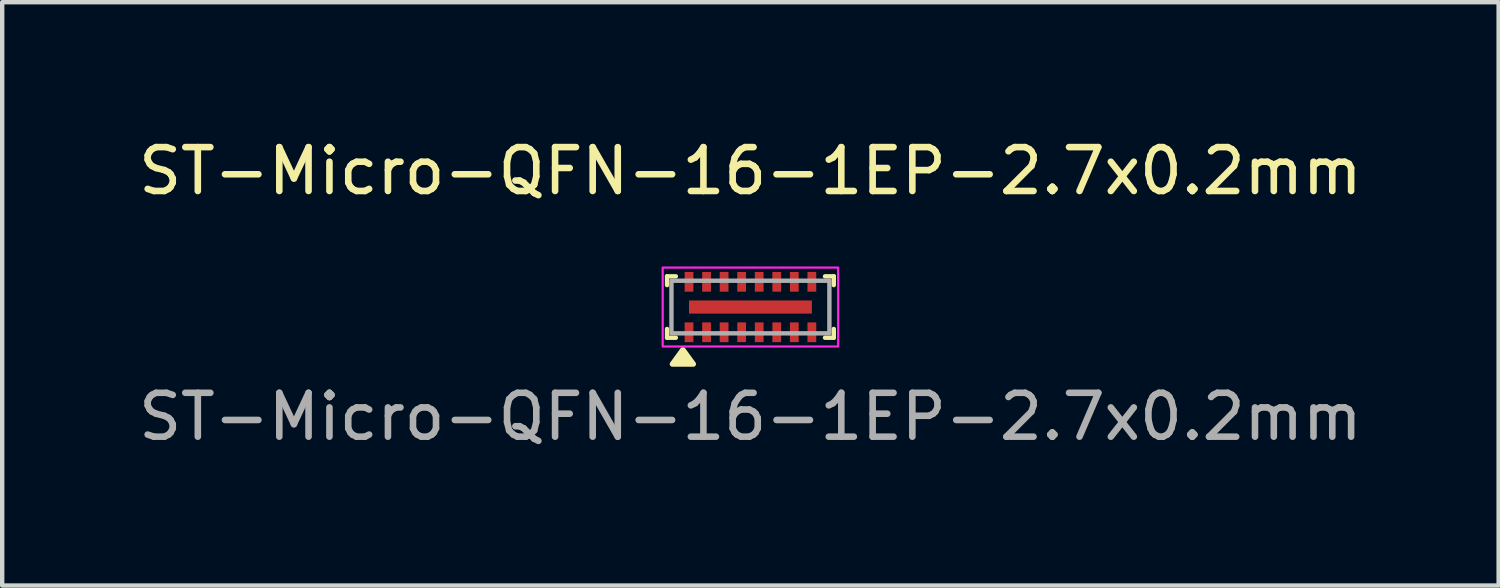
<source format=kicad_pcb>
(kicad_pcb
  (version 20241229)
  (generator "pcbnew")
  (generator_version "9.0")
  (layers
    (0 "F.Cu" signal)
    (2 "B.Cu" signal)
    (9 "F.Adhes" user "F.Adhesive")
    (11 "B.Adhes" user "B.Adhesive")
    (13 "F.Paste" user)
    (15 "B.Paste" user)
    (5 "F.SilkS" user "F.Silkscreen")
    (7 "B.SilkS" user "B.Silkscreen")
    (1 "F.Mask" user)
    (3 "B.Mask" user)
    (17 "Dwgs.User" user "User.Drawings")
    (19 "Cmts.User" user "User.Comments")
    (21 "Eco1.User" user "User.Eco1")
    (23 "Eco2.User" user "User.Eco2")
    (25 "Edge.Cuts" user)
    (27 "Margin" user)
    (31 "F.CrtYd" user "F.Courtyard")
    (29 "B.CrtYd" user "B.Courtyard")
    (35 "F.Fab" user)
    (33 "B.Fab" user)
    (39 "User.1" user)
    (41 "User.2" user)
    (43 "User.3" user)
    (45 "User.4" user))
  (footprint "ST-Micro-QFN-16-1EP-2.7x0.2mm"
    (layer "F.Cu")
    (at 14.054 3.948)
    (property "Reference" "ST-Micro-QFN-16-1EP-2.7x0.2mm" (at 0 -3.1 0) (unlocked yes) (layer "F.SilkS") (effects (font (size 1 1) (thickness 0.15))))
    (attr smd)
    (fp_line (start -1.9 -0.7) (end -1.7 -0.7) (stroke (width 0.1) (type default)) (layer "F.SilkS"))
    (fp_line (start -1.9 -0.5) (end -1.9 -0.7) (stroke (width 0.1) (type default)) (layer "F.SilkS"))
    (fp_line (start -1.9 0.7) (end -1.9 0.5) (stroke (width 0.1) (type default)) (layer "F.SilkS"))
    (fp_line (start -1.7 0.7) (end -1.9 0.7) (stroke (width 0.1) (type default)) (layer "F.SilkS"))
    (fp_line (start 1.7 -0.7) (end 1.9 -0.7) (stroke (width 0.1) (type default)) (layer "F.SilkS"))
    (fp_line (start 1.9 -0.7) (end 1.9 -0.5) (stroke (width 0.1) (type default)) (layer "F.SilkS"))
    (fp_line (start 1.9 0.5) (end 1.9 0.7) (stroke (width 0.1) (type default)) (layer "F.SilkS"))
    (fp_line (start 1.9 0.7) (end 1.7 0.7) (stroke (width 0.1) (type default)) (layer "F.SilkS"))
    (fp_poly (pts (xy -1.54 0.97) (xy -1.3 1.3) (xy -1.78 1.3) (xy -1.54 0.97)) (stroke (width 0.12) (type solid)) (fill yes) (layer "F.SilkS"))
    (fp_rect (start -1.05 -0.1) (end 1.05 0.1) (stroke (width 0.01) (type solid)) (fill yes) (layer "F.Paste"))
    (fp_rect (start -2 -0.9) (end 2 0.9) (stroke (width 0.05) (type default)) (fill no) (layer "F.CrtYd"))
    (fp_rect (start -1.8 -0.6) (end 1.8 0.6) (stroke (width 0.1) (type default)) (fill no) (layer "F.Fab"))
    (fp_text user "${REFERENCE}" (at 0 2.5 0) (unlocked yes) (layer "F.Fab") (effects (font (size 1 1) (thickness 0.15))))
    (pad "1" smd rect (at -1.4 0.575) (size 0.2 0.45) (layers "F.Cu" "F.Mask" "F.Paste"))
    (pad "2" smd rect (at -1 0.575) (size 0.2 0.45) (layers "F.Cu" "F.Mask" "F.Paste"))
    (pad "3" smd rect (at -0.6 0.575) (size 0.2 0.45) (layers "F.Cu" "F.Mask" "F.Paste"))
    (pad "4" smd rect (at -0.2 0.575) (size 0.2 0.45) (layers "F.Cu" "F.Mask" "F.Paste"))
    (pad "5" smd rect (at 0.2 0.575) (size 0.2 0.45) (layers "F.Cu" "F.Mask" "F.Paste"))
    (pad "6" smd rect (at 0.6 0.575) (size 0.2 0.45) (layers "F.Cu" "F.Mask" "F.Paste"))
    (pad "7" smd rect (at 1 0.575) (size 0.2 0.45) (layers "F.Cu" "F.Mask" "F.Paste"))
    (pad "8" smd rect (at 1.4 0.575) (size 0.2 0.45) (layers "F.Cu" "F.Mask" "F.Paste"))
    (pad "9" smd rect (at 1.4 -0.575) (size 0.2 0.45) (layers "F.Cu" "F.Mask" "F.Paste"))
    (pad "10" smd rect (at 1 -0.575) (size 0.2 0.45) (layers "F.Cu" "F.Mask" "F.Paste"))
    (pad "11" smd rect (at 0.6 -0.575) (size 0.2 0.45) (layers "F.Cu" "F.Mask" "F.Paste"))
    (pad "12" smd rect (at 0.2 -0.575) (size 0.2 0.45) (layers "F.Cu" "F.Mask" "F.Paste"))
    (pad "13" smd rect (at -0.2 -0.575) (size 0.2 0.45) (layers "F.Cu" "F.Mask" "F.Paste"))
    (pad "14" smd rect (at -0.6 -0.575) (size 0.2 0.45) (layers "F.Cu" "F.Mask" "F.Paste"))
    (pad "15" smd rect (at -1 -0.575) (size 0.2 0.45) (layers "F.Cu" "F.Mask" "F.Paste"))
    (pad "16" smd rect (at -1.4 -0.575) (size 0.2 0.45) (layers "F.Cu" "F.Mask" "F.Paste"))
    (pad "17" smd rect (at 0 0) (size 2.8 0.3) (layers "F.Cu" "F.Mask")))
  (gr_rect
    (start -3 -3)
    (end 31.107 10.296)
    (stroke (width 0.1) (type default))
    (fill no)
    (layer "Edge.Cuts")))
</source>
